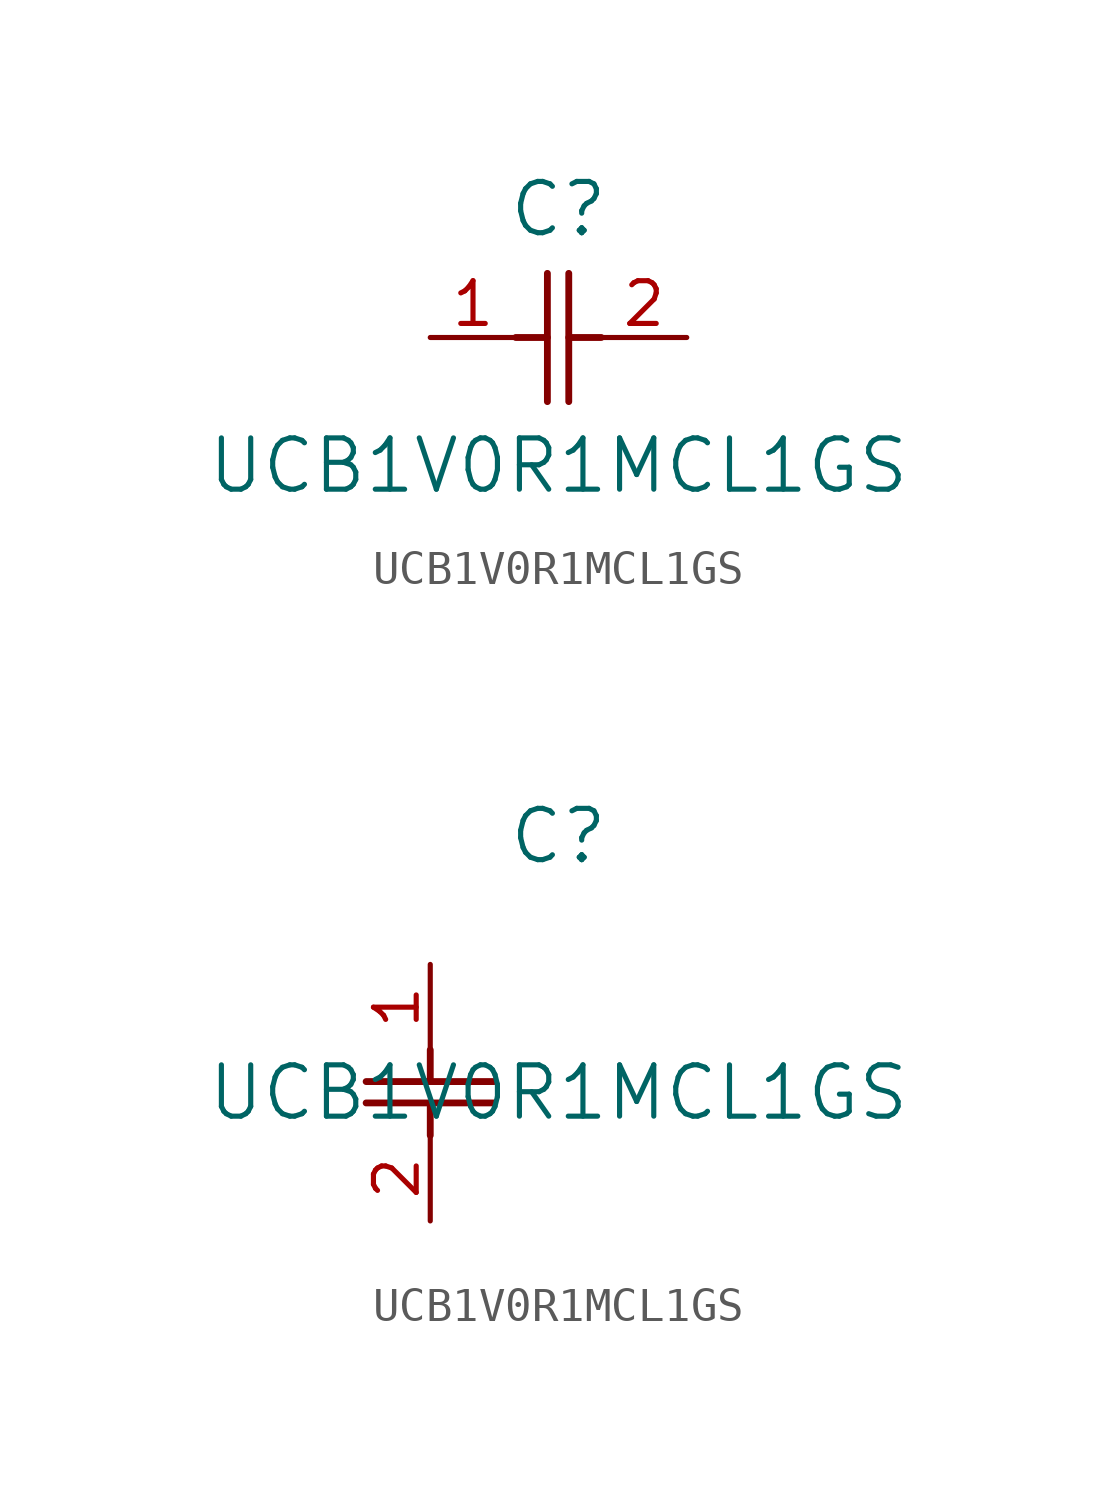
<source format=kicad_sym>
(kicad_symbol_lib
  (version 20211014)
  (generator kicad_symbol_editor)
  (symbol "UCB1V0R1MCL1GS"
    (pin_names
      (offset 0.254))
    (property "Reference" "C"
      (at 3.81 3.81 0)
      (effects (font (size 1.524 1.524))))
    (property "Value" "UCB1V0R1MCL1GS"
      (at 3.81 -3.81 0)
      (effects (font (size 1.524 1.524))))
    (symbol "UCB1V0R1MCL1GS_1_1"
      (polyline (pts (xy 3.48 -1.905) (xy 3.48 1.905)) (stroke (width 0.203) (type default) (color 0 0 0 0)) (fill (type none)))
      (polyline (pts (xy 4.115 -1.905) (xy 4.115 1.905)) (stroke (width 0.203) (type default) (color 0 0 0 0)) (fill (type none)))
      (polyline (pts (xy 4.115 0) (xy 5.08 0)) (stroke (width 0.203) (type default) (color 0 0 0 0)) (fill (type none)))
      (polyline (pts (xy 2.54 0) (xy 3.48 0)) (stroke (width 0.203) (type default) (color 0 0 0 0)) (fill (type none)))
      (pin unspecified line (at 0 0 0) (length 2.54) (name "" (effects (font (size 1.27 1.27)))) (number "1" (effects (font (size 1.27 1.27)))))
      (pin unspecified line (at 7.62 0 180) (length 2.54) (name "" (effects (font (size 1.27 1.27)))) (number "2" (effects (font (size 1.27 1.27))))))
    (symbol "UCB1V0R1MCL1GS_1_2"
      (polyline (pts (xy -1.905 -3.48) (xy 1.905 -3.48)) (stroke (width 0.203) (type default) (color 0 0 0 0)) (fill (type none)))
      (polyline (pts (xy -1.905 -4.115) (xy 1.905 -4.115)) (stroke (width 0.203) (type default) (color 0 0 0 0)) (fill (type none)))
      (polyline (pts (xy 0 -4.115) (xy 0 -5.08)) (stroke (width 0.203) (type default) (color 0 0 0 0)) (fill (type none)))
      (polyline (pts (xy 0 -2.54) (xy 0 -3.48)) (stroke (width 0.203) (type default) (color 0 0 0 0)) (fill (type none)))
      (pin unspecified line (at 0 0 270) (length 2.54) (name "" (effects (font (size 1.27 1.27)))) (number "1" (effects (font (size 1.27 1.27)))))
      (pin unspecified line (at 0 -7.62 90) (length 2.54) (name "" (effects (font (size 1.27 1.27)))) (number "2" (effects (font (size 1.27 1.27))))))))
</source>
